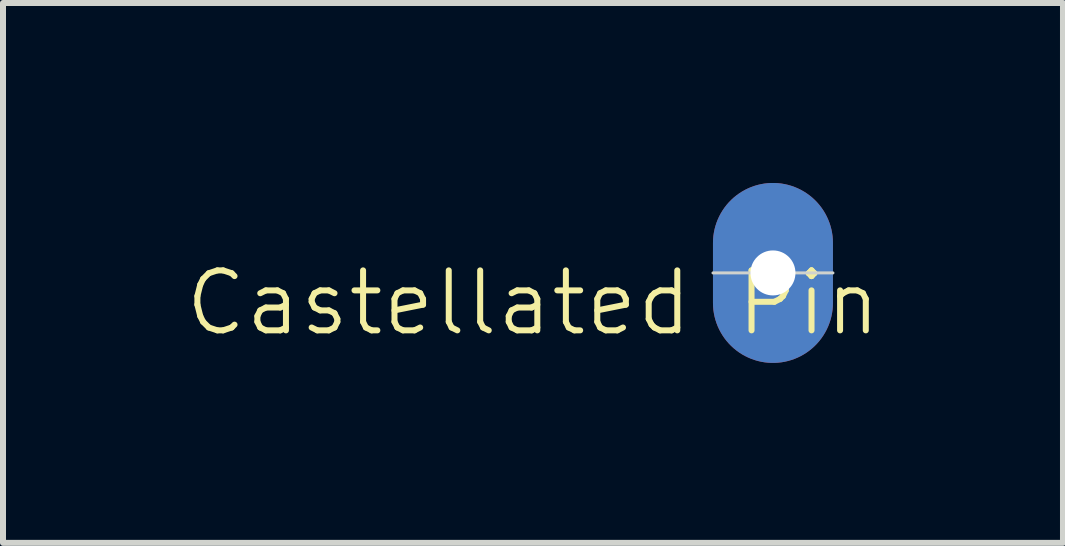
<source format=kicad_pcb>
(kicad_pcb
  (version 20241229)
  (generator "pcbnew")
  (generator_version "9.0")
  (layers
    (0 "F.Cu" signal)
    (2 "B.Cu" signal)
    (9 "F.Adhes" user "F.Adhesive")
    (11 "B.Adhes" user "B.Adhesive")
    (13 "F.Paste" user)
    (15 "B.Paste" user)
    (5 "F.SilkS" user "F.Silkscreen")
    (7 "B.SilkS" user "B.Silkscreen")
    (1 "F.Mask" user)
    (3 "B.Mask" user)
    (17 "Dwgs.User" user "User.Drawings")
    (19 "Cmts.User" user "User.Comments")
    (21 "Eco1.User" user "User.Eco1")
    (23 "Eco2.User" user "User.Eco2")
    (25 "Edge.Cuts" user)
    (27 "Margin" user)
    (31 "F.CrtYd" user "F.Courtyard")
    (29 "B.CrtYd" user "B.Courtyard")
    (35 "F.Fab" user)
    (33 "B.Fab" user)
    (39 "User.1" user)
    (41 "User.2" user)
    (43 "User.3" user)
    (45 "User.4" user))
  (footprint "Castellated Pin"
    (layer "F.Cu")
    (at 5.836 2.5)
    (property "Reference" "Castellated Pin" (at 0 -0.5 0) (unlocked yes) (layer "F.SilkS") (effects (font (size 1 1) (thickness 0.1))))
    (attr smd)
    (fp_line (start 3 -1) (end 5 -1) (stroke (width 0.05) (type default)) (layer "Edge.Cuts"))
    (pad "1" thru_hole oval (at 4 -1) (size 2 3) (drill 0.75) (property pad_prop_castellated) (layers "*.Cu" "*.Mask")))
  (gr_rect
    (start -3 -3)
    (end 14.671 6)
    (stroke (width 0.1) (type default))
    (fill no)
    (layer "Edge.Cuts")))
</source>
